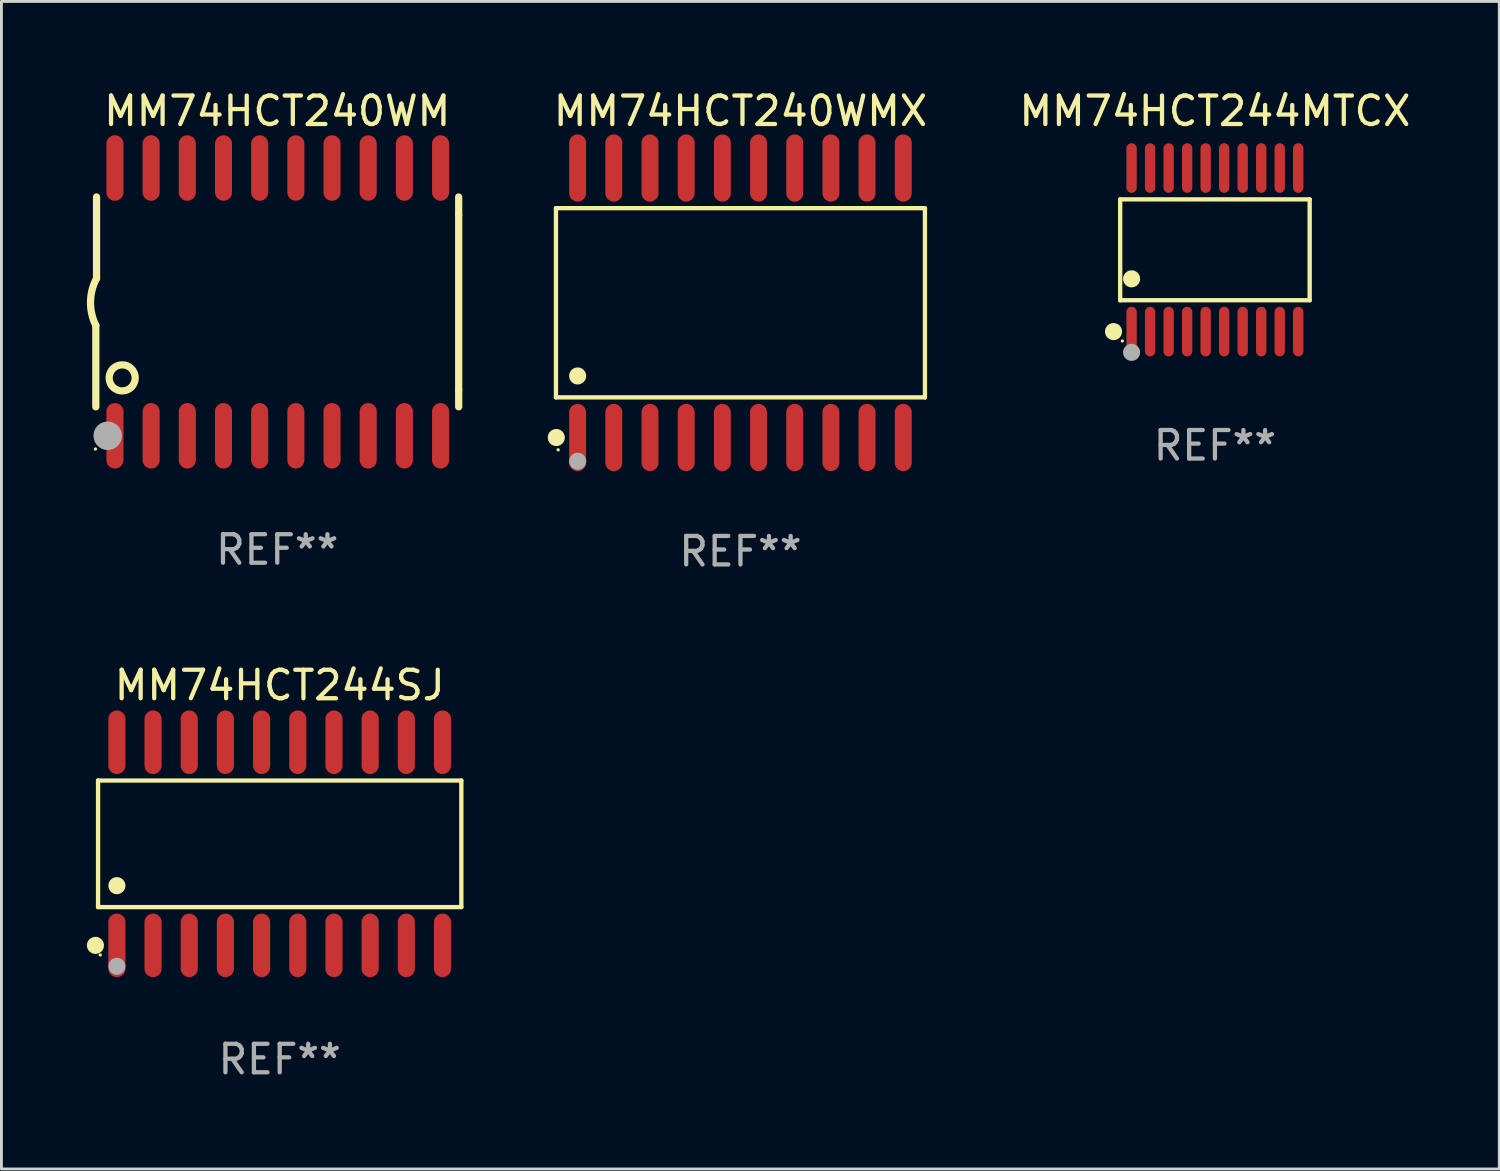
<source format=kicad_pcb>
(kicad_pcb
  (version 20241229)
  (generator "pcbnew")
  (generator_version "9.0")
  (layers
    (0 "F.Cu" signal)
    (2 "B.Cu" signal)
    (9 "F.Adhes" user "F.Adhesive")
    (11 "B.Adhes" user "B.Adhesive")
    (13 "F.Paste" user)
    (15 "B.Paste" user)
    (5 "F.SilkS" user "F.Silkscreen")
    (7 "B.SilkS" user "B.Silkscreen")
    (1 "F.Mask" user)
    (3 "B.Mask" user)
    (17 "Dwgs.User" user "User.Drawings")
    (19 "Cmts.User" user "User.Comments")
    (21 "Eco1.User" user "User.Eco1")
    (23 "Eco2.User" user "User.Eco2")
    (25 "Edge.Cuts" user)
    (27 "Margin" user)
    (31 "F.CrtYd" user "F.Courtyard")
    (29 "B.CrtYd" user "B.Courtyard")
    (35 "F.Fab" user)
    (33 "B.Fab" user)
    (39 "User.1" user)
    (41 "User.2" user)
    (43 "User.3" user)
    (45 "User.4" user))
  (footprint "MM74HCT244MTCX"
    (layer "F.Cu")
    (at 39.597 5.719)
    (property "Reference" "MM74HCT244MTCX" (at 0 -4.871 0) (layer "F.SilkS") (effects (font (size 1 1) (thickness 0.15))))
    (attr through_hole)
    (fp_line (start -3.326 -1.771) (end 3.326 -1.771) (stroke (width 0.152) (type solid)) (layer "F.SilkS"))
    (fp_line (start -3.326 1.771) (end -3.326 -1.771) (stroke (width 0.152) (type solid)) (layer "F.SilkS"))
    (fp_line (start 3.326 -1.771) (end 3.326 1.771) (stroke (width 0.152) (type solid)) (layer "F.SilkS"))
    (fp_line (start 3.326 1.771) (end -3.326 1.771) (stroke (width 0.152) (type solid)) (layer "F.SilkS"))
    (fp_circle (center -3.559 2.871) (end -3.409 2.871) (stroke (width 0.3) (type solid)) (fill no) (layer "F.SilkS"))
    (fp_circle (center -3.25 3.2) (end -3.22 3.2) (stroke (width 0.06) (type solid)) (fill no) (layer "F.SilkS"))
    (fp_circle (center -2.925 1.019) (end -2.775 1.019) (stroke (width 0.3) (type solid)) (fill no) (layer "F.SilkS"))
    (fp_circle (center -2.925 3.6) (end -2.775 3.6) (stroke (width 0.3) (type solid)) (fill no) (layer "F.Fab"))
    (fp_text user "REF**" (at 0 6.871 0) (layer "F.Fab") (effects (font (size 1 1) (thickness 0.15))))
    (pad "1" smd oval (at -2.925 2.871) (size 0.364 1.742) (layers "F.Cu" "F.Mask" "F.Paste"))
    (pad "2" smd oval (at -2.275 2.871) (size 0.364 1.742) (layers "F.Cu" "F.Mask" "F.Paste"))
    (pad "3" smd oval (at -1.625 2.871) (size 0.364 1.742) (layers "F.Cu" "F.Mask" "F.Paste"))
    (pad "4" smd oval (at -0.975 2.871) (size 0.364 1.742) (layers "F.Cu" "F.Mask" "F.Paste"))
    (pad "5" smd oval (at -0.325 2.871) (size 0.364 1.742) (layers "F.Cu" "F.Mask" "F.Paste"))
    (pad "6" smd oval (at 0.325 2.871) (size 0.364 1.742) (layers "F.Cu" "F.Mask" "F.Paste"))
    (pad "7" smd oval (at 0.975 2.871) (size 0.364 1.742) (layers "F.Cu" "F.Mask" "F.Paste"))
    (pad "8" smd oval (at 1.625 2.871) (size 0.364 1.742) (layers "F.Cu" "F.Mask" "F.Paste"))
    (pad "9" smd oval (at 2.275 2.871) (size 0.364 1.742) (layers "F.Cu" "F.Mask" "F.Paste"))
    (pad "10" smd oval (at 2.925 2.871) (size 0.364 1.742) (layers "F.Cu" "F.Mask" "F.Paste"))
    (pad "11" smd oval (at 2.925 -2.871) (size 0.364 1.742) (layers "F.Cu" "F.Mask" "F.Paste"))
    (pad "12" smd oval (at 2.275 -2.871) (size 0.364 1.742) (layers "F.Cu" "F.Mask" "F.Paste"))
    (pad "13" smd oval (at 1.625 -2.871) (size 0.364 1.742) (layers "F.Cu" "F.Mask" "F.Paste"))
    (pad "14" smd oval (at 0.975 -2.871) (size 0.364 1.742) (layers "F.Cu" "F.Mask" "F.Paste"))
    (pad "15" smd oval (at 0.325 -2.871) (size 0.364 1.742) (layers "F.Cu" "F.Mask" "F.Paste"))
    (pad "16" smd oval (at -0.325 -2.871) (size 0.364 1.742) (layers "F.Cu" "F.Mask" "F.Paste"))
    (pad "17" smd oval (at -0.975 -2.871) (size 0.364 1.742) (layers "F.Cu" "F.Mask" "F.Paste"))
    (pad "18" smd oval (at -1.625 -2.871) (size 0.364 1.742) (layers "F.Cu" "F.Mask" "F.Paste"))
    (pad "19" smd oval (at -2.275 -2.871) (size 0.364 1.742) (layers "F.Cu" "F.Mask" "F.Paste"))
    (pad "20" smd oval (at -2.925 -2.871) (size 0.364 1.742) (layers "F.Cu" "F.Mask" "F.Paste")))
  (footprint "MM74HCT240WMX"
    (layer "F.Cu")
    (at 22.942 7.578)
    (property "Reference" "MM74HCT240WMX" (at 0 -6.73 0) (layer "F.SilkS") (effects (font (size 1 1) (thickness 0.15))))
    (attr through_hole)
    (fp_line (start -6.476 -3.321) (end 6.476 -3.321) (stroke (width 0.152) (type solid)) (layer "F.SilkS"))
    (fp_line (start -6.476 3.321) (end -6.476 -3.321) (stroke (width 0.152) (type solid)) (layer "F.SilkS"))
    (fp_line (start 6.476 -3.321) (end 6.476 3.321) (stroke (width 0.152) (type solid)) (layer "F.SilkS"))
    (fp_line (start 6.476 3.321) (end -6.476 3.321) (stroke (width 0.152) (type solid)) (layer "F.SilkS"))
    (fp_circle (center -6.465 4.73) (end -6.315 4.73) (stroke (width 0.3) (type solid)) (fill no) (layer "F.SilkS"))
    (fp_circle (center -6.4 5.163) (end -6.37 5.163) (stroke (width 0.06) (type solid)) (fill no) (layer "F.SilkS"))
    (fp_circle (center -5.715 2.569) (end -5.565 2.569) (stroke (width 0.3) (type solid)) (fill no) (layer "F.SilkS"))
    (fp_circle (center -5.715 5.563) (end -5.565 5.563) (stroke (width 0.3) (type solid)) (fill no) (layer "F.Fab"))
    (fp_text user "REF**" (at 0 8.73 0) (layer "F.Fab") (effects (font (size 1 1) (thickness 0.15))))
    (pad "1" smd oval (at -5.715 4.73) (size 0.595 2.36) (layers "F.Cu" "F.Mask" "F.Paste"))
    (pad "2" smd oval (at -4.445 4.73) (size 0.595 2.36) (layers "F.Cu" "F.Mask" "F.Paste"))
    (pad "3" smd oval (at -3.175 4.73) (size 0.595 2.36) (layers "F.Cu" "F.Mask" "F.Paste"))
    (pad "4" smd oval (at -1.905 4.73) (size 0.595 2.36) (layers "F.Cu" "F.Mask" "F.Paste"))
    (pad "5" smd oval (at -0.635 4.73) (size 0.595 2.36) (layers "F.Cu" "F.Mask" "F.Paste"))
    (pad "6" smd oval (at 0.635 4.73) (size 0.595 2.36) (layers "F.Cu" "F.Mask" "F.Paste"))
    (pad "7" smd oval (at 1.905 4.73) (size 0.595 2.36) (layers "F.Cu" "F.Mask" "F.Paste"))
    (pad "8" smd oval (at 3.175 4.73) (size 0.595 2.36) (layers "F.Cu" "F.Mask" "F.Paste"))
    (pad "9" smd oval (at 4.445 4.73) (size 0.595 2.36) (layers "F.Cu" "F.Mask" "F.Paste"))
    (pad "10" smd oval (at 5.715 4.73) (size 0.595 2.36) (layers "F.Cu" "F.Mask" "F.Paste"))
    (pad "11" smd oval (at 5.715 -4.73) (size 0.595 2.36) (layers "F.Cu" "F.Mask" "F.Paste"))
    (pad "12" smd oval (at 4.445 -4.73) (size 0.595 2.36) (layers "F.Cu" "F.Mask" "F.Paste"))
    (pad "13" smd oval (at 3.175 -4.73) (size 0.595 2.36) (layers "F.Cu" "F.Mask" "F.Paste"))
    (pad "14" smd oval (at 1.905 -4.73) (size 0.595 2.36) (layers "F.Cu" "F.Mask" "F.Paste"))
    (pad "15" smd oval (at 0.635 -4.73) (size 0.595 2.36) (layers "F.Cu" "F.Mask" "F.Paste"))
    (pad "16" smd oval (at -0.635 -4.73) (size 0.595 2.36) (layers "F.Cu" "F.Mask" "F.Paste"))
    (pad "17" smd oval (at -1.905 -4.73) (size 0.595 2.36) (layers "F.Cu" "F.Mask" "F.Paste"))
    (pad "18" smd oval (at -3.175 -4.73) (size 0.595 2.36) (layers "F.Cu" "F.Mask" "F.Paste"))
    (pad "19" smd oval (at -4.445 -4.73) (size 0.595 2.36) (layers "F.Cu" "F.Mask" "F.Paste"))
    (pad "20" smd oval (at -5.715 -4.73) (size 0.595 2.36) (layers "F.Cu" "F.Mask" "F.Paste")))
  (footprint "MM74HCT240WM"
    (layer "F.Cu")
    (at 6.682 7.548)
    (property "Reference" "MM74HCT240WM" (at 0 -6.7 0) (layer "F.SilkS") (effects (font (size 1 1) (thickness 0.15))))
    (attr through_hole)
    (fp_line (start -6.369 0.826) (end -6.369 3.683) (stroke (width 0.254) (type solid)) (layer "F.SilkS"))
    (fp_line (start -6.343 -0.825) (end -6.343 -3.683) (stroke (width 0.254) (type solid)) (layer "F.SilkS"))
    (fp_line (start 6.369 -3.048) (end 6.369 -3.683) (stroke (width 0.254) (type solid)) (layer "F.SilkS"))
    (fp_line (start 6.369 -3.048) (end 6.369 3.096) (stroke (width 0.254) (type solid)) (layer "F.SilkS"))
    (fp_line (start 6.369 3.096) (end 6.369 3.683) (stroke (width 0.254) (type solid)) (layer "F.SilkS"))
    (fp_arc (start -6.36853 0.825552) (mid -6.554743 -0.00301) (end -6.343129 -0.825451) (stroke (width 0.254001) (type solid)) (layer "F.SilkS"))
    (fp_circle (center -6.382 5.163) (end -6.352 5.163) (stroke (width 0.06) (type solid)) (fill no) (layer "F.SilkS"))
    (fp_circle (center -5.443 2.667) (end -4.985 2.667) (stroke (width 0.254) (type solid)) (fill no) (layer "F.SilkS"))
    (fp_circle (center -5.951 4.699) (end -5.701 4.699) (stroke (width 0.5) (type solid)) (fill no) (layer "F.Fab"))
    (fp_text user "REF**" (at 0 8.7 0) (layer "F.Fab") (effects (font (size 1 1) (thickness 0.15))))
    (pad "1" smd oval (at -5.697 4.7 180) (size 0.6 2.3) (layers "F.Cu" "F.Mask" "F.Paste"))
    (pad "2" smd oval (at -4.427 4.7 180) (size 0.6 2.3) (layers "F.Cu" "F.Mask" "F.Paste"))
    (pad "3" smd oval (at -3.157 4.7 180) (size 0.6 2.3) (layers "F.Cu" "F.Mask" "F.Paste"))
    (pad "4" smd oval (at -1.887 4.7 180) (size 0.6 2.3) (layers "F.Cu" "F.Mask" "F.Paste"))
    (pad "5" smd oval (at -0.617 4.7 180) (size 0.6 2.3) (layers "F.Cu" "F.Mask" "F.Paste"))
    (pad "6" smd oval (at 0.653 4.7 180) (size 0.6 2.3) (layers "F.Cu" "F.Mask" "F.Paste"))
    (pad "7" smd oval (at 1.923 4.7 180) (size 0.6 2.3) (layers "F.Cu" "F.Mask" "F.Paste"))
    (pad "8" smd oval (at 3.193 4.7 180) (size 0.6 2.3) (layers "F.Cu" "F.Mask" "F.Paste"))
    (pad "9" smd oval (at 4.463 4.7 180) (size 0.6 2.3) (layers "F.Cu" "F.Mask" "F.Paste"))
    (pad "10" smd oval (at 5.734 4.7 180) (size 0.6 2.3) (layers "F.Cu" "F.Mask" "F.Paste"))
    (pad "11" smd oval (at 5.734 -4.7 180) (size 0.6 2.3) (layers "F.Cu" "F.Mask" "F.Paste"))
    (pad "12" smd oval (at 4.463 -4.7 180) (size 0.6 2.3) (layers "F.Cu" "F.Mask" "F.Paste"))
    (pad "13" smd oval (at 3.193 -4.7 180) (size 0.6 2.3) (layers "F.Cu" "F.Mask" "F.Paste"))
    (pad "14" smd oval (at 1.923 -4.7 180) (size 0.6 2.3) (layers "F.Cu" "F.Mask" "F.Paste"))
    (pad "15" smd oval (at 0.653 -4.7 180) (size 0.6 2.3) (layers "F.Cu" "F.Mask" "F.Paste"))
    (pad "16" smd oval (at -0.617 -4.7 180) (size 0.6 2.3) (layers "F.Cu" "F.Mask" "F.Paste"))
    (pad "17" smd oval (at -1.887 -4.7 180) (size 0.6 2.3) (layers "F.Cu" "F.Mask" "F.Paste"))
    (pad "18" smd oval (at -3.157 -4.7 180) (size 0.6 2.3) (layers "F.Cu" "F.Mask" "F.Paste"))
    (pad "19" smd oval (at -4.427 -4.7 180) (size 0.6 2.3) (layers "F.Cu" "F.Mask" "F.Paste"))
    (pad "20" smd oval (at -5.697 -4.7 180) (size 0.6 2.3) (layers "F.Cu" "F.Mask" "F.Paste")))
  (footprint "MM74HCT244SJ"
    (layer "F.Cu")
    (at 6.768 26.57)
    (property "Reference" "MM74HCT244SJ" (at 0 -5.565 0) (layer "F.SilkS") (effects (font (size 1 1) (thickness 0.15))))
    (attr through_hole)
    (fp_line (start -6.376 -2.221) (end 6.376 -2.221) (stroke (width 0.152) (type solid)) (layer "F.SilkS"))
    (fp_line (start -6.376 2.221) (end -6.376 -2.221) (stroke (width 0.152) (type solid)) (layer "F.SilkS"))
    (fp_line (start 6.376 -2.221) (end 6.376 2.221) (stroke (width 0.152) (type solid)) (layer "F.SilkS"))
    (fp_line (start 6.376 2.221) (end -6.376 2.221) (stroke (width 0.152) (type solid)) (layer "F.SilkS"))
    (fp_circle (center -6.468 3.565) (end -6.318 3.565) (stroke (width 0.3) (type solid)) (fill no) (layer "F.SilkS"))
    (fp_circle (center -6.3 3.9) (end -6.27 3.9) (stroke (width 0.06) (type solid)) (fill no) (layer "F.SilkS"))
    (fp_circle (center -5.715 1.469) (end -5.565 1.469) (stroke (width 0.3) (type solid)) (fill no) (layer "F.SilkS"))
    (fp_circle (center -5.715 4.3) (end -5.565 4.3) (stroke (width 0.3) (type solid)) (fill no) (layer "F.Fab"))
    (fp_text user "REF**" (at 0 7.565 0) (layer "F.Fab") (effects (font (size 1 1) (thickness 0.15))))
    (pad "1" smd oval (at -5.715 3.565) (size 0.602 2.231) (layers "F.Cu" "F.Mask" "F.Paste"))
    (pad "2" smd oval (at -4.445 3.565) (size 0.602 2.231) (layers "F.Cu" "F.Mask" "F.Paste"))
    (pad "3" smd oval (at -3.175 3.565) (size 0.602 2.231) (layers "F.Cu" "F.Mask" "F.Paste"))
    (pad "4" smd oval (at -1.905 3.565) (size 0.602 2.231) (layers "F.Cu" "F.Mask" "F.Paste"))
    (pad "5" smd oval (at -0.635 3.565) (size 0.602 2.231) (layers "F.Cu" "F.Mask" "F.Paste"))
    (pad "6" smd oval (at 0.635 3.565) (size 0.602 2.231) (layers "F.Cu" "F.Mask" "F.Paste"))
    (pad "7" smd oval (at 1.905 3.565) (size 0.602 2.231) (layers "F.Cu" "F.Mask" "F.Paste"))
    (pad "8" smd oval (at 3.175 3.565) (size 0.602 2.231) (layers "F.Cu" "F.Mask" "F.Paste"))
    (pad "9" smd oval (at 4.445 3.565) (size 0.602 2.231) (layers "F.Cu" "F.Mask" "F.Paste"))
    (pad "10" smd oval (at 5.715 3.565) (size 0.602 2.231) (layers "F.Cu" "F.Mask" "F.Paste"))
    (pad "11" smd oval (at 5.715 -3.565) (size 0.602 2.231) (layers "F.Cu" "F.Mask" "F.Paste"))
    (pad "12" smd oval (at 4.445 -3.565) (size 0.602 2.231) (layers "F.Cu" "F.Mask" "F.Paste"))
    (pad "13" smd oval (at 3.175 -3.565) (size 0.602 2.231) (layers "F.Cu" "F.Mask" "F.Paste"))
    (pad "14" smd oval (at 1.905 -3.565) (size 0.602 2.231) (layers "F.Cu" "F.Mask" "F.Paste"))
    (pad "15" smd oval (at 0.635 -3.565) (size 0.602 2.231) (layers "F.Cu" "F.Mask" "F.Paste"))
    (pad "16" smd oval (at -0.635 -3.565) (size 0.602 2.231) (layers "F.Cu" "F.Mask" "F.Paste"))
    (pad "17" smd oval (at -1.905 -3.565) (size 0.602 2.231) (layers "F.Cu" "F.Mask" "F.Paste"))
    (pad "18" smd oval (at -3.175 -3.565) (size 0.602 2.231) (layers "F.Cu" "F.Mask" "F.Paste"))
    (pad "19" smd oval (at -4.445 -3.565) (size 0.602 2.231) (layers "F.Cu" "F.Mask" "F.Paste"))
    (pad "20" smd oval (at -5.715 -3.565) (size 0.602 2.231) (layers "F.Cu" "F.Mask" "F.Paste")))
  (gr_rect
    (start -3 -3)
    (end 49.579 37.984)
    (stroke (width 0.1) (type default))
    (fill no)
    (layer "Edge.Cuts")))
</source>
